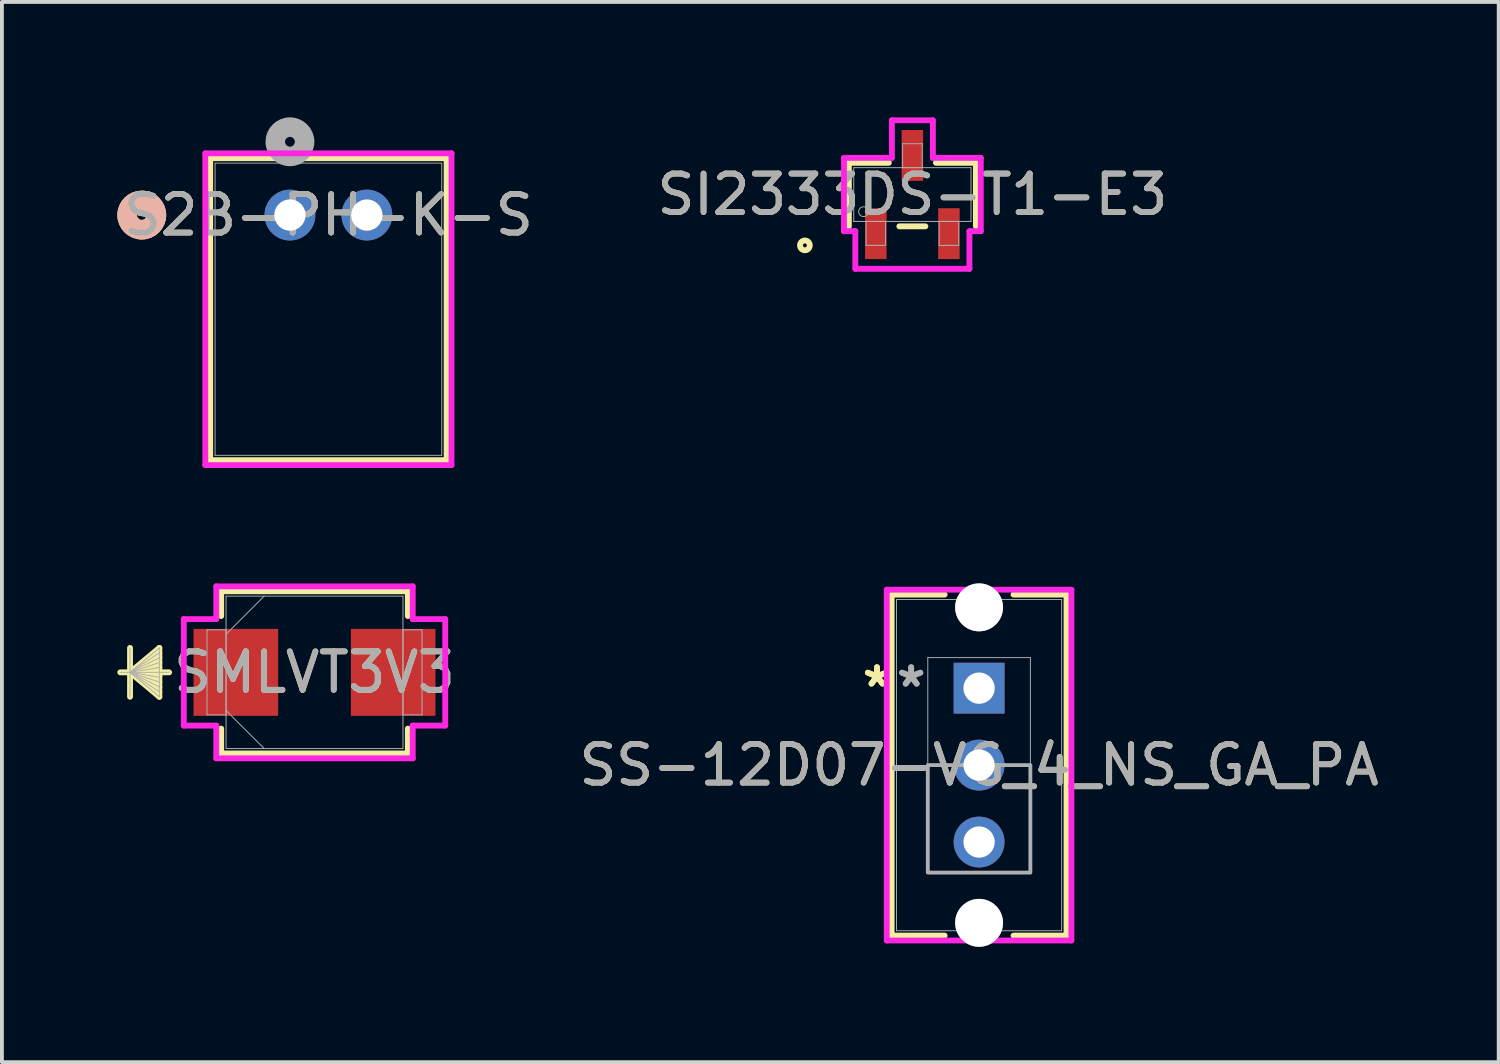
<source format=kicad_pcb>
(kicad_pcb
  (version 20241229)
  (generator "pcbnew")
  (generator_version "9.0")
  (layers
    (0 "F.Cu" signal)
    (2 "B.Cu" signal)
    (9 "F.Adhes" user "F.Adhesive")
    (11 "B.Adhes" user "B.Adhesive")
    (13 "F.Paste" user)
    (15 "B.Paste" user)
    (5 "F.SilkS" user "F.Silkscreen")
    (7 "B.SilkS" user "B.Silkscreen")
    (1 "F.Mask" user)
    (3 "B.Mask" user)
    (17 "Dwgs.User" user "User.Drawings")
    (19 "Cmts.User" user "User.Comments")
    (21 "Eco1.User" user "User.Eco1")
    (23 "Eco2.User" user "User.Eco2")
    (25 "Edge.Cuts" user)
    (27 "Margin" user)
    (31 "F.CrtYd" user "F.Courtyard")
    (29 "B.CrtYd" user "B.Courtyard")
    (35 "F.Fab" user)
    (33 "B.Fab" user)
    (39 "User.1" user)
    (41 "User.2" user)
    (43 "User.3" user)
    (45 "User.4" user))
  (footprint "S2B-PH-K-S"
    (layer "F.Cu")
    (at 4.486 2.54)
    (property "Reference" "S2B-PH-K-S" (at 1 0 0) (unlocked yes) (layer "F.SilkS") (effects (font (size 1 1) (thickness 0.15))))
    (attr through_hole)
    (fp_line (start -2.073 -1.477) (end -2.073 6.372) (stroke (width 0.152) (type solid)) (layer "F.SilkS"))
    (fp_line (start -2.073 6.372) (end 4.073 6.372) (stroke (width 0.152) (type solid)) (layer "F.SilkS"))
    (fp_line (start 4.073 -1.477) (end -2.073 -1.477) (stroke (width 0.152) (type solid)) (layer "F.SilkS"))
    (fp_line (start 4.073 6.372) (end 4.073 -1.477) (stroke (width 0.152) (type solid)) (layer "F.SilkS"))
    (fp_circle (center -3.851 0) (end -3.47 0) (stroke (width 0.508) (type solid)) (fill no) (layer "F.SilkS"))
    (fp_circle (center -3.851 0) (end -3.47 0) (stroke (width 0.508) (type solid)) (fill no) (layer "B.SilkS"))
    (fp_line (start -2.2 -1.604) (end -2.2 6.499) (stroke (width 0.152) (type solid)) (layer "F.CrtYd"))
    (fp_line (start -2.2 6.499) (end 4.2 6.499) (stroke (width 0.152) (type solid)) (layer "F.CrtYd"))
    (fp_line (start 4.2 -1.604) (end -2.2 -1.604) (stroke (width 0.152) (type solid)) (layer "F.CrtYd"))
    (fp_line (start 4.2 6.499) (end 4.2 -1.604) (stroke (width 0.152) (type solid)) (layer "F.CrtYd"))
    (fp_line (start -1.946 -1.35) (end -1.946 6.245) (stroke (width 0.025) (type solid)) (layer "F.Fab"))
    (fp_line (start -1.946 6.245) (end 3.946 6.245) (stroke (width 0.025) (type solid)) (layer "F.Fab"))
    (fp_line (start 3.946 -1.35) (end -1.946 -1.35) (stroke (width 0.025) (type solid)) (layer "F.Fab"))
    (fp_line (start 3.946 6.245) (end 3.946 -1.35) (stroke (width 0.025) (type solid)) (layer "F.Fab"))
    (fp_circle (center 0 -1.905) (end 0.381 -1.905) (stroke (width 0.508) (type solid)) (fill no) (layer "F.Fab"))
    (fp_text user "${REFERENCE}" (at 1 0 0) (unlocked yes) (layer "F.Fab") (effects (font (size 1 1) (thickness 0.15))))
    (pad "1" thru_hole circle (at 0 0) (size 1.321 1.321) (drill 0.813) (layers "*.Cu" "*.Mask"))
    (pad "2" thru_hole circle (at 2 0) (size 1.321 1.321) (drill 0.813) (layers "*.Cu" "*.Mask")))
  (footprint "SMLVT3V3"
    (layer "F.Cu")
    (at 5.125 14.426)
    (property "Reference" "SMLVT3V3" (at 0 0 0) (unlocked yes) (layer "F.SilkS") (effects (font (size 1 1) (thickness 0.15))))
    (attr smd)
    (fp_line (start -4.795 -0.635) (end -4.795 0.635) (stroke (width 0.152) (type solid)) (layer "F.SilkS"))
    (fp_line (start -4.795 0) (end -4.033 -0.635) (stroke (width 0.152) (type solid)) (layer "F.SilkS"))
    (fp_line (start -4.795 0) (end -4.033 -0.508) (stroke (width 0.152) (type solid)) (layer "F.SilkS"))
    (fp_line (start -4.795 0) (end -4.033 -0.381) (stroke (width 0.152) (type solid)) (layer "F.SilkS"))
    (fp_line (start -4.795 0) (end -4.033 -0.254) (stroke (width 0.152) (type solid)) (layer "F.SilkS"))
    (fp_line (start -4.795 0) (end -4.033 -0.127) (stroke (width 0.152) (type solid)) (layer "F.SilkS"))
    (fp_line (start -4.795 0) (end -4.033 0.127) (stroke (width 0.152) (type solid)) (layer "F.SilkS"))
    (fp_line (start -4.795 0) (end -4.033 0.254) (stroke (width 0.152) (type solid)) (layer "F.SilkS"))
    (fp_line (start -4.795 0) (end -4.033 0.381) (stroke (width 0.152) (type solid)) (layer "F.SilkS"))
    (fp_line (start -4.795 0) (end -4.033 0.508) (stroke (width 0.152) (type solid)) (layer "F.SilkS"))
    (fp_line (start -4.795 0) (end -4.033 0.635) (stroke (width 0.152) (type solid)) (layer "F.SilkS"))
    (fp_line (start -4.033 -0.635) (end -4.033 0.635) (stroke (width 0.152) (type solid)) (layer "F.SilkS"))
    (fp_line (start -3.779 0) (end -5.049 0) (stroke (width 0.152) (type solid)) (layer "F.SilkS"))
    (fp_line (start -2.426 -2.108) (end -2.426 -1.463) (stroke (width 0.152) (type solid)) (layer "F.SilkS"))
    (fp_line (start -2.426 1.463) (end -2.426 2.108) (stroke (width 0.152) (type solid)) (layer "F.SilkS"))
    (fp_line (start -2.426 2.108) (end 2.426 2.108) (stroke (width 0.152) (type solid)) (layer "F.SilkS"))
    (fp_line (start 2.426 -2.108) (end -2.426 -2.108) (stroke (width 0.152) (type solid)) (layer "F.SilkS"))
    (fp_line (start 2.426 -1.463) (end 2.426 -2.108) (stroke (width 0.152) (type solid)) (layer "F.SilkS"))
    (fp_line (start 2.426 2.108) (end 2.426 1.463) (stroke (width 0.152) (type solid)) (layer "F.SilkS"))
    (fp_line (start -3.398 -1.384) (end -2.553 -1.384) (stroke (width 0.152) (type solid)) (layer "F.CrtYd"))
    (fp_line (start -3.398 1.384) (end -3.398 -1.384) (stroke (width 0.152) (type solid)) (layer "F.CrtYd"))
    (fp_line (start -2.553 -2.235) (end 2.553 -2.235) (stroke (width 0.152) (type solid)) (layer "F.CrtYd"))
    (fp_line (start -2.553 -1.384) (end -2.553 -2.235) (stroke (width 0.152) (type solid)) (layer "F.CrtYd"))
    (fp_line (start -2.553 1.384) (end -3.398 1.384) (stroke (width 0.152) (type solid)) (layer "F.CrtYd"))
    (fp_line (start -2.553 2.235) (end -2.553 1.384) (stroke (width 0.152) (type solid)) (layer "F.CrtYd"))
    (fp_line (start 2.553 -2.235) (end 2.553 -1.384) (stroke (width 0.152) (type solid)) (layer "F.CrtYd"))
    (fp_line (start 2.553 -1.384) (end 3.398 -1.384) (stroke (width 0.152) (type solid)) (layer "F.CrtYd"))
    (fp_line (start 2.553 1.384) (end 2.553 2.235) (stroke (width 0.152) (type solid)) (layer "F.CrtYd"))
    (fp_line (start 2.553 2.235) (end -2.553 2.235) (stroke (width 0.152) (type solid)) (layer "F.CrtYd"))
    (fp_line (start 3.398 -1.384) (end 3.398 1.384) (stroke (width 0.152) (type solid)) (layer "F.CrtYd"))
    (fp_line (start 3.398 1.384) (end 2.553 1.384) (stroke (width 0.152) (type solid)) (layer "F.CrtYd"))
    (fp_line (start -4.795 -0.635) (end -4.795 0.635) (stroke (width 0.025) (type solid)) (layer "F.Fab"))
    (fp_line (start -4.795 0) (end -4.033 -0.635) (stroke (width 0.025) (type solid)) (layer "F.Fab"))
    (fp_line (start -4.795 0) (end -4.033 -0.508) (stroke (width 0.025) (type solid)) (layer "F.Fab"))
    (fp_line (start -4.795 0) (end -4.033 -0.381) (stroke (width 0.025) (type solid)) (layer "F.Fab"))
    (fp_line (start -4.795 0) (end -4.033 -0.254) (stroke (width 0.025) (type solid)) (layer "F.Fab"))
    (fp_line (start -4.795 0) (end -4.033 -0.127) (stroke (width 0.025) (type solid)) (layer "F.Fab"))
    (fp_line (start -4.795 0) (end -4.033 0.127) (stroke (width 0.025) (type solid)) (layer "F.Fab"))
    (fp_line (start -4.795 0) (end -4.033 0.254) (stroke (width 0.025) (type solid)) (layer "F.Fab"))
    (fp_line (start -4.795 0) (end -4.033 0.381) (stroke (width 0.025) (type solid)) (layer "F.Fab"))
    (fp_line (start -4.795 0) (end -4.033 0.508) (stroke (width 0.025) (type solid)) (layer "F.Fab"))
    (fp_line (start -4.795 0) (end -4.033 0.635) (stroke (width 0.025) (type solid)) (layer "F.Fab"))
    (fp_line (start -4.033 -0.635) (end -4.033 0.635) (stroke (width 0.025) (type solid)) (layer "F.Fab"))
    (fp_line (start -3.779 0) (end -5.049 0) (stroke (width 0.025) (type solid)) (layer "F.Fab"))
    (fp_line (start -2.794 -1.105) (end -2.794 1.105) (stroke (width 0.025) (type solid)) (layer "F.Fab"))
    (fp_line (start -2.794 1.105) (end -2.299 1.105) (stroke (width 0.025) (type solid)) (layer "F.Fab"))
    (fp_line (start -2.299 -1.981) (end -2.299 1.981) (stroke (width 0.025) (type solid)) (layer "F.Fab"))
    (fp_line (start -2.299 -1.105) (end -2.794 -1.105) (stroke (width 0.025) (type solid)) (layer "F.Fab"))
    (fp_line (start -2.299 -0.991) (end -1.308 -1.981) (stroke (width 0.025) (type solid)) (layer "F.Fab"))
    (fp_line (start -2.299 0.991) (end -1.308 1.981) (stroke (width 0.025) (type solid)) (layer "F.Fab"))
    (fp_line (start -2.299 1.105) (end -2.299 -1.105) (stroke (width 0.025) (type solid)) (layer "F.Fab"))
    (fp_line (start -2.299 1.981) (end 2.299 1.981) (stroke (width 0.025) (type solid)) (layer "F.Fab"))
    (fp_line (start 2.299 -1.981) (end -2.299 -1.981) (stroke (width 0.025) (type solid)) (layer "F.Fab"))
    (fp_line (start 2.299 -1.105) (end 2.299 1.105) (stroke (width 0.025) (type solid)) (layer "F.Fab"))
    (fp_line (start 2.299 1.105) (end 2.794 1.105) (stroke (width 0.025) (type solid)) (layer "F.Fab"))
    (fp_line (start 2.299 1.981) (end 2.299 -1.981) (stroke (width 0.025) (type solid)) (layer "F.Fab"))
    (fp_line (start 2.794 -1.105) (end 2.299 -1.105) (stroke (width 0.025) (type solid)) (layer "F.Fab"))
    (fp_line (start 2.794 1.105) (end 2.794 -1.105) (stroke (width 0.025) (type solid)) (layer "F.Fab"))
    (fp_text user "${REFERENCE}" (at 0 0 0) (unlocked yes) (layer "F.Fab") (effects (font (size 1 1) (thickness 0.15))))
    (pad "1" smd rect (at -2.045 0) (size 2.199 2.26) (layers "F.Cu" "F.Mask" "F.Paste"))
    (pad "2" smd rect (at 2.045 0) (size 2.199 2.26) (layers "F.Cu" "F.Mask" "F.Paste"))
    (zone (net_name "") (layer "F.Cu") (hatch full 0.508) (connect_pads) (min_thickness 0.254) (filled_areas_thickness no) (keepout (tracks not_allowed) (vias not_allowed) (pads allowed) (copperpour not_allowed) (footprints allowed)) (placement (enabled no)) (fill) (polygon (pts (xy 4.231 12.496) (xy 6.02 12.496) (xy 6.02 16.357) (xy 4.231 16.357)))))
  (footprint "SI2333DS-T1-E3"
    (layer "F.Cu")
    (at 20.665 2.007)
    (property "Reference" "SI2333DS-T1-E3" (at 0 0 0) (unlocked yes) (layer "F.SilkS") (effects (font (size 1 1) (thickness 0.15))))
    (attr smd)
    (fp_line (start -1.651 -0.826) (end -1.651 0.826) (stroke (width 0.152) (type solid)) (layer "F.SilkS"))
    (fp_line (start -0.612 -0.826) (end -1.651 -0.826) (stroke (width 0.152) (type solid)) (layer "F.SilkS"))
    (fp_line (start -0.338 0.826) (end 0.338 0.826) (stroke (width 0.152) (type solid)) (layer "F.SilkS"))
    (fp_line (start 1.651 -0.826) (end 0.612 -0.826) (stroke (width 0.152) (type solid)) (layer "F.SilkS"))
    (fp_line (start 1.651 0.826) (end 1.651 -0.826) (stroke (width 0.152) (type solid)) (layer "F.SilkS"))
    (fp_circle (center -2.794 1.321) (end -2.667 1.321) (stroke (width 0.152) (type solid)) (fill no) (layer "F.SilkS"))
    (fp_line (start -1.778 -0.953) (end -0.533 -0.953) (stroke (width 0.152) (type solid)) (layer "F.CrtYd"))
    (fp_line (start -1.778 0.953) (end -1.778 -0.953) (stroke (width 0.152) (type solid)) (layer "F.CrtYd"))
    (fp_line (start -1.778 0.953) (end -1.483 0.953) (stroke (width 0.152) (type solid)) (layer "F.CrtYd"))
    (fp_line (start -1.483 0.953) (end -1.483 1.93) (stroke (width 0.152) (type solid)) (layer "F.CrtYd"))
    (fp_line (start -1.483 1.93) (end 1.483 1.93) (stroke (width 0.152) (type solid)) (layer "F.CrtYd"))
    (fp_line (start -0.533 -1.93) (end 0.533 -1.93) (stroke (width 0.152) (type solid)) (layer "F.CrtYd"))
    (fp_line (start -0.533 -0.953) (end -0.533 -1.93) (stroke (width 0.152) (type solid)) (layer "F.CrtYd"))
    (fp_line (start 0.533 -0.953) (end 0.533 -1.93) (stroke (width 0.152) (type solid)) (layer "F.CrtYd"))
    (fp_line (start 1.483 0.953) (end 1.483 1.93) (stroke (width 0.152) (type solid)) (layer "F.CrtYd"))
    (fp_line (start 1.778 -0.953) (end 0.533 -0.953) (stroke (width 0.152) (type solid)) (layer "F.CrtYd"))
    (fp_line (start 1.778 -0.953) (end 1.778 0.953) (stroke (width 0.152) (type solid)) (layer "F.CrtYd"))
    (fp_line (start 1.778 0.953) (end 1.483 0.953) (stroke (width 0.152) (type solid)) (layer "F.CrtYd"))
    (fp_line (start -1.524 -0.699) (end -1.524 0.699) (stroke (width 0.025) (type solid)) (layer "F.Fab"))
    (fp_line (start -1.524 0.699) (end 1.524 0.699) (stroke (width 0.025) (type solid)) (layer "F.Fab"))
    (fp_line (start -1.204 0.699) (end -1.204 1.321) (stroke (width 0.025) (type solid)) (layer "F.Fab"))
    (fp_line (start -1.204 1.321) (end -0.696 1.321) (stroke (width 0.025) (type solid)) (layer "F.Fab"))
    (fp_line (start -0.696 0.699) (end -1.204 0.699) (stroke (width 0.025) (type solid)) (layer "F.Fab"))
    (fp_line (start -0.696 1.321) (end -0.696 0.699) (stroke (width 0.025) (type solid)) (layer "F.Fab"))
    (fp_line (start -0.254 -1.321) (end -0.254 -0.699) (stroke (width 0.025) (type solid)) (layer "F.Fab"))
    (fp_line (start -0.254 -0.699) (end 0.254 -0.699) (stroke (width 0.025) (type solid)) (layer "F.Fab"))
    (fp_line (start 0.254 -1.321) (end -0.254 -1.321) (stroke (width 0.025) (type solid)) (layer "F.Fab"))
    (fp_line (start 0.254 -0.699) (end 0.254 -1.321) (stroke (width 0.025) (type solid)) (layer "F.Fab"))
    (fp_line (start 0.696 0.699) (end 0.696 1.321) (stroke (width 0.025) (type solid)) (layer "F.Fab"))
    (fp_line (start 0.696 1.321) (end 1.204 1.321) (stroke (width 0.025) (type solid)) (layer "F.Fab"))
    (fp_line (start 1.204 0.699) (end 0.696 0.699) (stroke (width 0.025) (type solid)) (layer "F.Fab"))
    (fp_line (start 1.204 1.321) (end 1.204 0.699) (stroke (width 0.025) (type solid)) (layer "F.Fab"))
    (fp_line (start 1.524 -0.699) (end -1.524 -0.699) (stroke (width 0.025) (type solid)) (layer "F.Fab"))
    (fp_line (start 1.524 0.699) (end 1.524 -0.699) (stroke (width 0.025) (type solid)) (layer "F.Fab"))
    (fp_circle (center -1.27 0.445) (end -1.143 0.445) (stroke (width 0.025) (type solid)) (fill no) (layer "F.Fab"))
    (fp_text user "${REFERENCE}" (at 0 0 0) (unlocked yes) (layer "F.Fab") (effects (font (size 1 1) (thickness 0.15))))
    (pad "1" smd rect (at -0.95 1.016) (size 0.559 1.321) (layers "F.Cu" "F.Mask" "F.Paste"))
    (pad "2" smd rect (at 0.95 1.016) (size 0.559 1.321) (layers "F.Cu" "F.Mask" "F.Paste"))
    (pad "3" smd rect (at 0 -1.016) (size 0.559 1.321) (layers "F.Cu" "F.Mask" "F.Paste")))
  (footprint "SS-12D07-VG_4_NS_GA_PA"
    (layer "F.Cu")
    (at 22.399 14.837)
    (property "Reference" "SS-12D07-VG_4_NS_GA_PA" (at 0 2 0) (unlocked yes) (layer "F.SilkS") (effects (font (size 1 1) (thickness 0.15))))
    (attr through_hole)
    (fp_line (start -2.273 -2.432) (end -2.273 6.432) (stroke (width 0.152) (type solid)) (layer "F.SilkS"))
    (fp_line (start -2.273 6.432) (end -0.895 6.432) (stroke (width 0.152) (type solid)) (layer "F.SilkS"))
    (fp_line (start -0.895 -2.432) (end -2.273 -2.432) (stroke (width 0.152) (type solid)) (layer "F.SilkS"))
    (fp_line (start 0.895 6.432) (end 2.273 6.432) (stroke (width 0.152) (type solid)) (layer "F.SilkS"))
    (fp_line (start 2.273 -2.432) (end 0.895 -2.432) (stroke (width 0.152) (type solid)) (layer "F.SilkS"))
    (fp_line (start 2.273 6.432) (end 2.273 -2.432) (stroke (width 0.152) (type solid)) (layer "F.SilkS"))
    (fp_line (start -2.4 -2.559) (end -2.4 6.559) (stroke (width 0.152) (type solid)) (layer "F.CrtYd"))
    (fp_line (start -2.4 6.559) (end 2.4 6.559) (stroke (width 0.152) (type solid)) (layer "F.CrtYd"))
    (fp_line (start 2.4 -2.559) (end -2.4 -2.559) (stroke (width 0.152) (type solid)) (layer "F.CrtYd"))
    (fp_line (start 2.4 6.559) (end 2.4 -2.559) (stroke (width 0.152) (type solid)) (layer "F.CrtYd"))
    (fp_line (start -2.146 -2.305) (end -2.146 6.305) (stroke (width 0.025) (type solid)) (layer "F.Fab"))
    (fp_line (start -2.146 6.305) (end 2.146 6.305) (stroke (width 0.025) (type solid)) (layer "F.Fab"))
    (fp_line (start -1.333 -0.794) (end 1.333 -0.794) (stroke (width 0.025) (type solid)) (layer "F.Fab"))
    (fp_line (start -1.333 4.794) (end -1.333 -0.794) (stroke (width 0.025) (type solid)) (layer "F.Fab"))
    (fp_line (start 1.333 -0.794) (end 1.333 4.794) (stroke (width 0.025) (type solid)) (layer "F.Fab"))
    (fp_line (start 1.333 4.794) (end -1.333 4.794) (stroke (width 0.025) (type solid)) (layer "F.Fab"))
    (fp_line (start 2.146 -2.305) (end -2.146 -2.305) (stroke (width 0.025) (type solid)) (layer "F.Fab"))
    (fp_line (start 2.146 6.305) (end 2.146 -2.305) (stroke (width 0.025) (type solid)) (layer "F.Fab"))
    (fp_poly (pts (xy -1.333 4.794) (xy -1.333 2) (xy 1.333 2) (xy 1.333 4.794)) (stroke (width 0.1) (type solid)) (fill no) (layer "F.Fab"))
    (fp_text user "*" (at -2.654 0 0) (layer "F.SilkS") (effects (font (size 1 1) (thickness 0.15))))
    (fp_text user "*" (at -2.654 0 0) (unlocked yes) (layer "F.SilkS") (effects (font (size 1 1) (thickness 0.15))))
    (fp_text user "*" (at -1.765 0 0) (unlocked yes) (layer "F.Fab") (effects (font (size 1 1) (thickness 0.15))))
    (fp_text user "*" (at -1.765 0 0) (layer "F.Fab") (effects (font (size 1 1) (thickness 0.15))))
    (fp_text user "${REFERENCE}" (at 0 2 0) (unlocked yes) (layer "F.Fab") (effects (font (size 1 1) (thickness 0.15))))
    (pad "1" thru_hole rect (at 0 0) (size 1.321 1.321) (drill 0.813) (layers "*.Cu" "*.Mask"))
    (pad "2" thru_hole circle (at 0 2) (size 1.321 1.321) (drill 0.813) (layers "*.Cu" "*.Mask"))
    (pad "3" thru_hole circle (at 0 4) (size 1.321 1.321) (drill 0.813) (layers "*.Cu" "*.Mask"))
    (pad "4" thru_hole circle (at 0 -2.1 90) (size 1.245 1.245) (drill 1.245) (layers "*.Cu" "*.Mask"))
    (pad "5" thru_hole circle (at 0 6.1 90) (size 1.245 1.245) (drill 1.245) (layers "*.Cu" "*.Mask")))
  (gr_rect
    (start -3 -3)
    (end 35.905 24.559)
    (stroke (width 0.1) (type default))
    (fill no)
    (layer "Edge.Cuts")))
</source>
